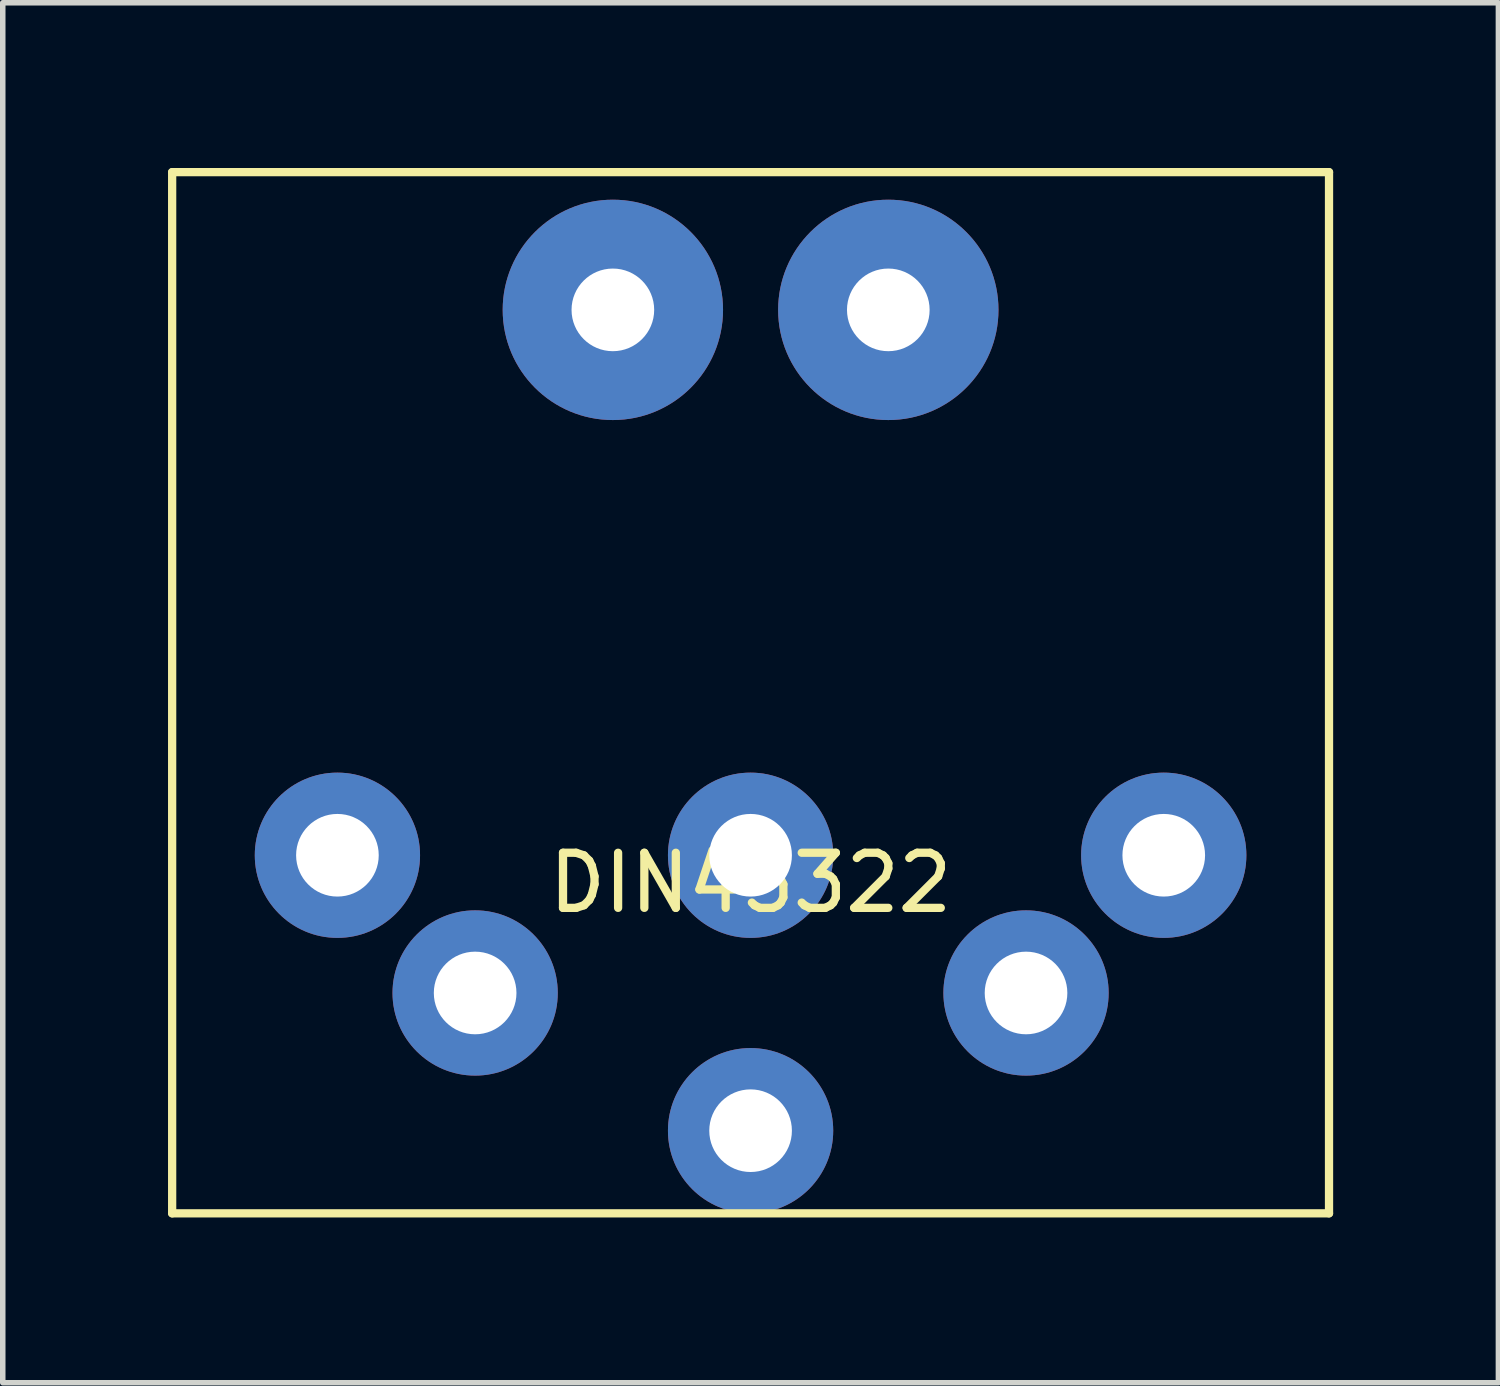
<source format=kicad_pcb>
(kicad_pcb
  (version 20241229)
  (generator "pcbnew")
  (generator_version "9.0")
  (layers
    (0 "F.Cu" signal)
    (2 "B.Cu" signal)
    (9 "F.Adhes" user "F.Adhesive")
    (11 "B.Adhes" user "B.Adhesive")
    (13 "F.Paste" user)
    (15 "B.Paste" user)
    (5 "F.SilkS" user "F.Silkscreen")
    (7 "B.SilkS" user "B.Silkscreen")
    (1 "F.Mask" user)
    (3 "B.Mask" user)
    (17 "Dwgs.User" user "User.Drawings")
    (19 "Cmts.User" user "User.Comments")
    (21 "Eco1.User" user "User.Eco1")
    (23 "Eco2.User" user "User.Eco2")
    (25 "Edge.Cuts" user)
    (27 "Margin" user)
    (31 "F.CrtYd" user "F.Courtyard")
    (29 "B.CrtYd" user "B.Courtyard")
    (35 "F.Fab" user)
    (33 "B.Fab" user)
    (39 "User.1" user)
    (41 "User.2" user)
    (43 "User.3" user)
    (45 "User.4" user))
  (footprint "DIN45322"
    (layer "F.Cu")
    (at 10.575 12.475)
    (property "Reference" "DIN45322" (at 0 0.5 0) (layer "F.SilkS") (effects (font (size 1 1) (thickness 0.15))))
    (attr through_hole)
    (fp_line (start -10.5 -12.4) (end 10.5 -12.4) (stroke (width 0.15) (type solid)) (layer "F.SilkS"))
    (fp_line (start -10.5 6.5) (end -10.5 -12.4) (stroke (width 0.15) (type solid)) (layer "F.SilkS"))
    (fp_line (start 10.5 -12.4) (end 10.5 6.5) (stroke (width 0.15) (type solid)) (layer "F.SilkS"))
    (fp_line (start 10.5 6.5) (end -10.5 6.5) (stroke (width 0.15) (type solid)) (layer "F.SilkS"))
    (pad "1" thru_hole circle (at 7.5 0) (size 3 3) (drill 1.5) (layers "*.Cu" "*.Mask"))
    (pad "2" thru_hole circle (at 5 2.5) (size 3 3) (drill 1.5) (layers "*.Cu" "*.Mask"))
    (pad "3" thru_hole circle (at 0 0) (size 3 3) (drill 1.5) (layers "*.Cu" "*.Mask"))
    (pad "4" thru_hole circle (at -5 2.5) (size 3 3) (drill 1.5) (layers "*.Cu" "*.Mask"))
    (pad "5" thru_hole circle (at -7.5 0) (size 3 3) (drill 1.5) (layers "*.Cu" "*.Mask"))
    (pad "6" thru_hole circle (at 0 5) (size 3 3) (drill 1.5) (layers "*.Cu" "*.Mask"))
    (pad "7" thru_hole circle (at -2.5 -9.9) (size 4 4) (drill 1.5) (layers "*.Cu" "*.Mask"))
    (pad "8" thru_hole circle (at 2.5 -9.9) (size 4 4) (drill 1.5) (layers "*.Cu" "*.Mask")))
  (gr_rect
    (start -3 -3)
    (end 24.15 22.05)
    (stroke (width 0.1) (type default))
    (fill no)
    (layer "Edge.Cuts")))
</source>
